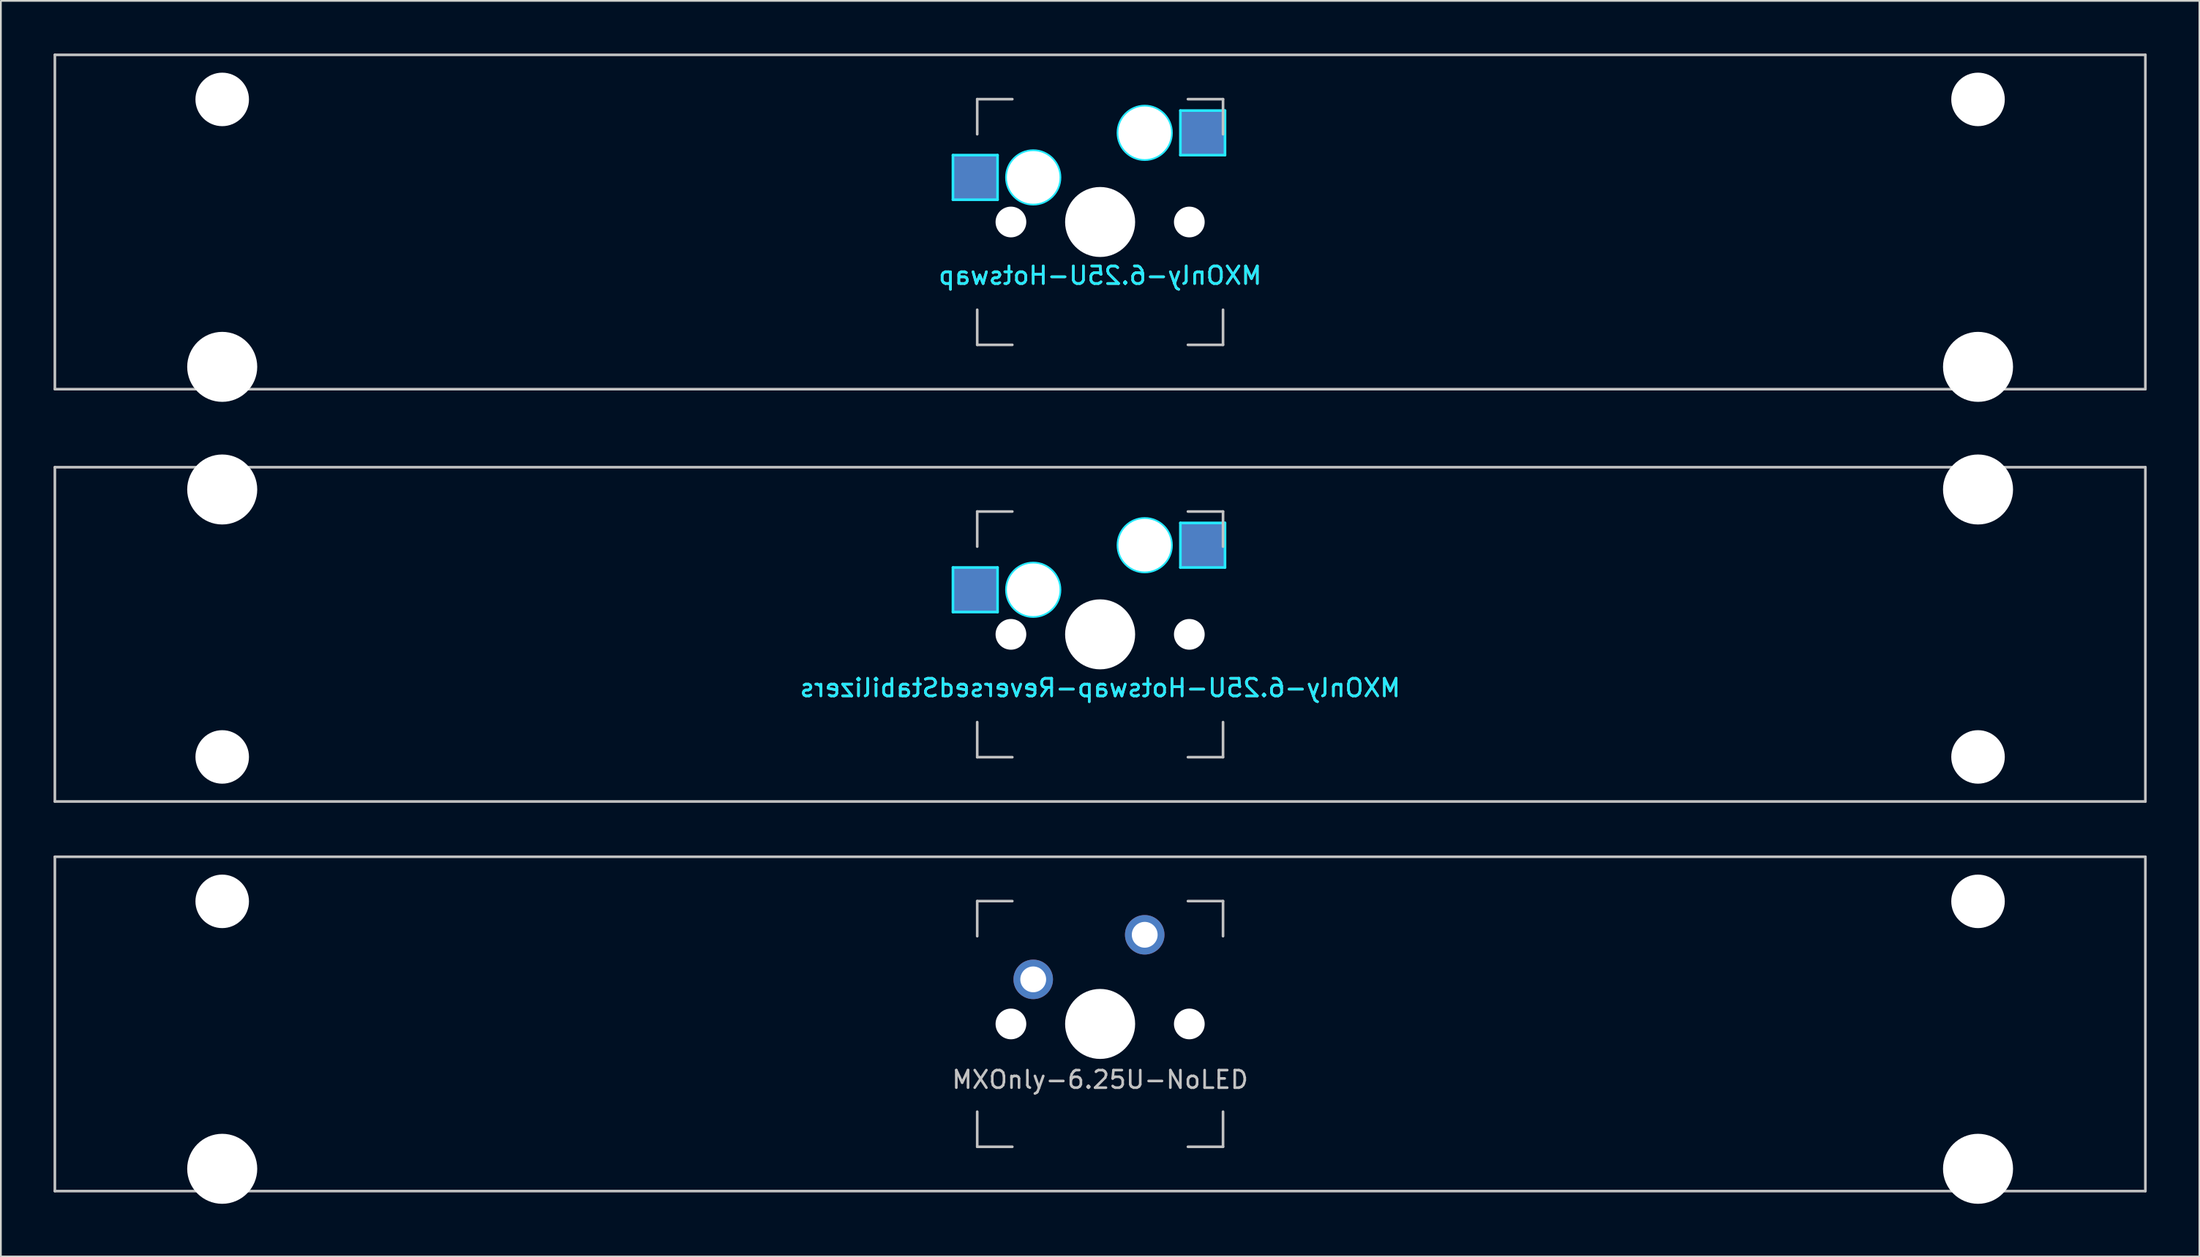
<source format=kicad_pcb>
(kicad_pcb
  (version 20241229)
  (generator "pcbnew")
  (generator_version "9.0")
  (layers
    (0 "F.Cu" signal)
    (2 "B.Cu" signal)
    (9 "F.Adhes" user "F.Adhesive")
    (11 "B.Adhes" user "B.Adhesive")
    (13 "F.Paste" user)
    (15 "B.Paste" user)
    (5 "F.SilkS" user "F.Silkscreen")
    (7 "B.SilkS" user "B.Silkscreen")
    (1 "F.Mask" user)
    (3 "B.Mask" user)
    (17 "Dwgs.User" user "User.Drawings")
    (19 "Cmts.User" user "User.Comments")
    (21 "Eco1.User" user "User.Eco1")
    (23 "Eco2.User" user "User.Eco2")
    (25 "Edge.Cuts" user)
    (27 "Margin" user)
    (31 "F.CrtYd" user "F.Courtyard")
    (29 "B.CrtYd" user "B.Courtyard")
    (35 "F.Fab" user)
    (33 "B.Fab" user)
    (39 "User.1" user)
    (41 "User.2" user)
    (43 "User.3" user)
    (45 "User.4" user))
  (footprint "MXOnly-6.25U-Hotswap"
    (layer "F.Cu")
    (at 59.606 9.6)
    (property "Reference" "MXOnly-6.25U-Hotswap" (at 0 3.048 0) (layer "B.CrtYd") (effects (font (size 1 1) (thickness 0.15)) (justify mirror)))
    (attr smd)
    (fp_line (start -59.531 -9.525) (end 59.531 -9.525) (stroke (width 0.15) (type solid)) (layer "Dwgs.User"))
    (fp_line (start -59.531 9.525) (end -59.531 -9.525) (stroke (width 0.15) (type solid)) (layer "Dwgs.User"))
    (fp_line (start -7 -7) (end -7 -5) (stroke (width 0.15) (type solid)) (layer "Dwgs.User"))
    (fp_line (start -7 5) (end -7 7) (stroke (width 0.15) (type solid)) (layer "Dwgs.User"))
    (fp_line (start -7 7) (end -5 7) (stroke (width 0.15) (type solid)) (layer "Dwgs.User"))
    (fp_line (start -5 -7) (end -7 -7) (stroke (width 0.15) (type solid)) (layer "Dwgs.User"))
    (fp_line (start 5 -7) (end 7 -7) (stroke (width 0.15) (type solid)) (layer "Dwgs.User"))
    (fp_line (start 5 7) (end 7 7) (stroke (width 0.15) (type solid)) (layer "Dwgs.User"))
    (fp_line (start 7 -7) (end 7 -5) (stroke (width 0.15) (type solid)) (layer "Dwgs.User"))
    (fp_line (start 7 7) (end 7 5) (stroke (width 0.15) (type solid)) (layer "Dwgs.User"))
    (fp_line (start 59.531 -9.525) (end 59.531 9.525) (stroke (width 0.15) (type solid)) (layer "Dwgs.User"))
    (fp_line (start 59.531 9.525) (end -59.531 9.525) (stroke (width 0.15) (type solid)) (layer "Dwgs.User"))
    (fp_line (start -8.382 -3.81) (end -5.842 -3.81) (stroke (width 0.15) (type solid)) (layer "B.CrtYd"))
    (fp_line (start -8.382 -1.27) (end -8.382 -3.81) (stroke (width 0.15) (type solid)) (layer "B.CrtYd"))
    (fp_line (start -5.842 -3.81) (end -5.842 -1.27) (stroke (width 0.15) (type solid)) (layer "B.CrtYd"))
    (fp_line (start -5.842 -1.27) (end -8.382 -1.27) (stroke (width 0.15) (type solid)) (layer "B.CrtYd"))
    (fp_line (start 4.572 -6.35) (end 7.112 -6.35) (stroke (width 0.15) (type solid)) (layer "B.CrtYd"))
    (fp_line (start 4.572 -3.81) (end 4.572 -6.35) (stroke (width 0.15) (type solid)) (layer "B.CrtYd"))
    (fp_line (start 7.112 -6.35) (end 7.112 -3.81) (stroke (width 0.15) (type solid)) (layer "B.CrtYd"))
    (fp_line (start 7.112 -3.81) (end 4.572 -3.81) (stroke (width 0.15) (type solid)) (layer "B.CrtYd"))
    (fp_circle (center -3.81 -2.54) (end -3.81 -4.064) (stroke (width 0.15) (type solid)) (fill no) (layer "B.CrtYd"))
    (fp_circle (center 2.54 -5.08) (end 2.54 -6.604) (stroke (width 0.15) (type solid)) (fill no) (layer "B.CrtYd"))
    (fp_text user "${REFERENCE}" (at 0 3.048 0) (layer "B.SilkS") (effects (font (size 1 1) (thickness 0.15)) (justify mirror)))
    (pad "" np_thru_hole circle (at -50 -6.985) (size 3.048 3.048) (drill 3.048) (layers "*.Cu" "*.Mask"))
    (pad "" np_thru_hole circle (at -50 8.255) (size 3.988 3.988) (drill 3.988) (layers "*.Cu" "*.Mask"))
    (pad "" np_thru_hole circle (at -5.08 0 48.1) (size 1.75 1.75) (drill 1.75) (layers "*.Cu" "*.Mask"))
    (pad "" np_thru_hole circle (at -3.81 -2.54) (size 3 3) (drill 3) (layers "*.Cu" "*.Mask"))
    (pad "" np_thru_hole circle (at 0 0) (size 3.988 3.988) (drill 3.988) (layers "*.Cu" "*.Mask"))
    (pad "" np_thru_hole circle (at 2.54 -5.08) (size 3 3) (drill 3) (layers "*.Cu" "*.Mask"))
    (pad "" np_thru_hole circle (at 5.08 0 48.1) (size 1.75 1.75) (drill 1.75) (layers "*.Cu" "*.Mask"))
    (pad "" np_thru_hole circle (at 50 -6.985) (size 3.048 3.048) (drill 3.048) (layers "*.Cu" "*.Mask"))
    (pad "" np_thru_hole circle (at 50 8.255) (size 3.988 3.988) (drill 3.988) (layers "*.Cu" "*.Mask"))
    (pad "1" smd rect (at -7.085 -2.54) (size 2.55 2.5) (layers "B.Cu" "B.Mask" "B.Paste"))
    (pad "2" smd rect (at 5.842 -5.08) (size 2.55 2.5) (layers "B.Cu" "B.Mask" "B.Paste")))
  (footprint "MXOnly-6.25U-NoLED"
    (layer "F.Cu")
    (at 59.606 55.298)
    (property "Reference" "MXOnly-6.25U-NoLED" (at 0 3.175 0) (layer "Dwgs.User") (effects (font (size 1 1) (thickness 0.15))))
    (attr through_hole)
    (fp_line (start -59.531 -9.525) (end 59.531 -9.525) (stroke (width 0.15) (type solid)) (layer "Dwgs.User"))
    (fp_line (start -59.531 9.525) (end -59.531 -9.525) (stroke (width 0.15) (type solid)) (layer "Dwgs.User"))
    (fp_line (start -59.531 9.525) (end 59.531 9.525) (stroke (width 0.15) (type solid)) (layer "Dwgs.User"))
    (fp_line (start -7 -7) (end -7 -5) (stroke (width 0.15) (type solid)) (layer "Dwgs.User"))
    (fp_line (start -7 5) (end -7 7) (stroke (width 0.15) (type solid)) (layer "Dwgs.User"))
    (fp_line (start -7 7) (end -5 7) (stroke (width 0.15) (type solid)) (layer "Dwgs.User"))
    (fp_line (start -5 -7) (end -7 -7) (stroke (width 0.15) (type solid)) (layer "Dwgs.User"))
    (fp_line (start 5 -7) (end 7 -7) (stroke (width 0.15) (type solid)) (layer "Dwgs.User"))
    (fp_line (start 5 7) (end 7 7) (stroke (width 0.15) (type solid)) (layer "Dwgs.User"))
    (fp_line (start 7 -7) (end 7 -5) (stroke (width 0.15) (type solid)) (layer "Dwgs.User"))
    (fp_line (start 7 7) (end 7 5) (stroke (width 0.15) (type solid)) (layer "Dwgs.User"))
    (fp_line (start 59.531 -9.525) (end 59.531 9.525) (stroke (width 0.15) (type solid)) (layer "Dwgs.User"))
    (pad "" np_thru_hole circle (at -50 -6.985) (size 3.048 3.048) (drill 3.048) (layers "*.Cu" "*.Mask"))
    (pad "" np_thru_hole circle (at -50 8.255) (size 3.988 3.988) (drill 3.988) (layers "*.Cu" "*.Mask"))
    (pad "" np_thru_hole circle (at -5.08 0 48.1) (size 1.75 1.75) (drill 1.75) (layers "*.Cu" "*.Mask"))
    (pad "" np_thru_hole circle (at 0 0) (size 3.988 3.988) (drill 3.988) (layers "*.Cu" "*.Mask"))
    (pad "" np_thru_hole circle (at 5.08 0 48.1) (size 1.75 1.75) (drill 1.75) (layers "*.Cu" "*.Mask"))
    (pad "" np_thru_hole circle (at 50 -6.985) (size 3.048 3.048) (drill 3.048) (layers "*.Cu" "*.Mask"))
    (pad "" np_thru_hole circle (at 50 8.255) (size 3.988 3.988) (drill 3.988) (layers "*.Cu" "*.Mask"))
    (pad "1" thru_hole circle (at -3.81 -2.54) (size 2.25 2.25) (drill 1.47) (layers "*.Cu" "B.Mask"))
    (pad "2" thru_hole circle (at 2.54 -5.08) (size 2.25 2.25) (drill 1.47) (layers "*.Cu" "B.Mask")))
  (footprint "MXOnly-6.25U-Hotswap-ReversedStabilizers"
    (layer "F.Cu")
    (at 59.606 33.098)
    (property "Reference" "MXOnly-6.25U-Hotswap-ReversedStabilizers" (at 0 3.048 0) (layer "B.CrtYd") (effects (font (size 1 1) (thickness 0.15)) (justify mirror)))
    (attr smd)
    (fp_line (start -59.531 -9.525) (end 59.531 -9.525) (stroke (width 0.15) (type solid)) (layer "Dwgs.User"))
    (fp_line (start -59.531 9.525) (end -59.531 -9.525) (stroke (width 0.15) (type solid)) (layer "Dwgs.User"))
    (fp_line (start -7 -7) (end -7 -5) (stroke (width 0.15) (type solid)) (layer "Dwgs.User"))
    (fp_line (start -7 5) (end -7 7) (stroke (width 0.15) (type solid)) (layer "Dwgs.User"))
    (fp_line (start -7 7) (end -5 7) (stroke (width 0.15) (type solid)) (layer "Dwgs.User"))
    (fp_line (start -5 -7) (end -7 -7) (stroke (width 0.15) (type solid)) (layer "Dwgs.User"))
    (fp_line (start 5 -7) (end 7 -7) (stroke (width 0.15) (type solid)) (layer "Dwgs.User"))
    (fp_line (start 5 7) (end 7 7) (stroke (width 0.15) (type solid)) (layer "Dwgs.User"))
    (fp_line (start 7 -7) (end 7 -5) (stroke (width 0.15) (type solid)) (layer "Dwgs.User"))
    (fp_line (start 7 7) (end 7 5) (stroke (width 0.15) (type solid)) (layer "Dwgs.User"))
    (fp_line (start 59.531 -9.525) (end 59.531 9.525) (stroke (width 0.15) (type solid)) (layer "Dwgs.User"))
    (fp_line (start 59.531 9.525) (end -59.531 9.525) (stroke (width 0.15) (type solid)) (layer "Dwgs.User"))
    (fp_line (start -8.382 -3.81) (end -5.842 -3.81) (stroke (width 0.15) (type solid)) (layer "B.CrtYd"))
    (fp_line (start -8.382 -1.27) (end -8.382 -3.81) (stroke (width 0.15) (type solid)) (layer "B.CrtYd"))
    (fp_line (start -5.842 -3.81) (end -5.842 -1.27) (stroke (width 0.15) (type solid)) (layer "B.CrtYd"))
    (fp_line (start -5.842 -1.27) (end -8.382 -1.27) (stroke (width 0.15) (type solid)) (layer "B.CrtYd"))
    (fp_line (start 4.572 -6.35) (end 7.112 -6.35) (stroke (width 0.15) (type solid)) (layer "B.CrtYd"))
    (fp_line (start 4.572 -3.81) (end 4.572 -6.35) (stroke (width 0.15) (type solid)) (layer "B.CrtYd"))
    (fp_line (start 7.112 -6.35) (end 7.112 -3.81) (stroke (width 0.15) (type solid)) (layer "B.CrtYd"))
    (fp_line (start 7.112 -3.81) (end 4.572 -3.81) (stroke (width 0.15) (type solid)) (layer "B.CrtYd"))
    (fp_circle (center -3.81 -2.54) (end -3.81 -4.064) (stroke (width 0.15) (type solid)) (fill no) (layer "B.CrtYd"))
    (fp_circle (center 2.54 -5.08) (end 2.54 -6.604) (stroke (width 0.15) (type solid)) (fill no) (layer "B.CrtYd"))
    (fp_text user "${REFERENCE}" (at 0 3.048 0) (layer "B.SilkS") (effects (font (size 1 1) (thickness 0.15)) (justify mirror)))
    (pad "" np_thru_hole circle (at -50 -8.255) (size 3.988 3.988) (drill 3.988) (layers "*.Cu" "*.Mask"))
    (pad "" np_thru_hole circle (at -50 6.985) (size 3.048 3.048) (drill 3.048) (layers "*.Cu" "*.Mask"))
    (pad "" np_thru_hole circle (at -5.08 0 48.1) (size 1.75 1.75) (drill 1.75) (layers "*.Cu" "*.Mask"))
    (pad "" np_thru_hole circle (at -3.81 -2.54) (size 3 3) (drill 3) (layers "*.Cu" "*.Mask"))
    (pad "" np_thru_hole circle (at 0 0) (size 3.988 3.988) (drill 3.988) (layers "*.Cu" "*.Mask"))
    (pad "" np_thru_hole circle (at 2.54 -5.08) (size 3 3) (drill 3) (layers "*.Cu" "*.Mask"))
    (pad "" np_thru_hole circle (at 5.08 0 48.1) (size 1.75 1.75) (drill 1.75) (layers "*.Cu" "*.Mask"))
    (pad "" np_thru_hole circle (at 50 -8.255) (size 3.988 3.988) (drill 3.988) (layers "*.Cu" "*.Mask"))
    (pad "" np_thru_hole circle (at 50 6.985) (size 3.048 3.048) (drill 3.048) (layers "*.Cu" "*.Mask"))
    (pad "1" smd rect (at -7.085 -2.54) (size 2.55 2.5) (layers "B.Cu" "B.Mask" "B.Paste"))
    (pad "2" smd rect (at 5.842 -5.08) (size 2.55 2.5) (layers "B.Cu" "B.Mask" "B.Paste")))
  (gr_rect
    (start -3 -3)
    (end 122.213 68.547)
    (stroke (width 0.1) (type default))
    (fill no)
    (layer "Edge.Cuts")))
</source>
